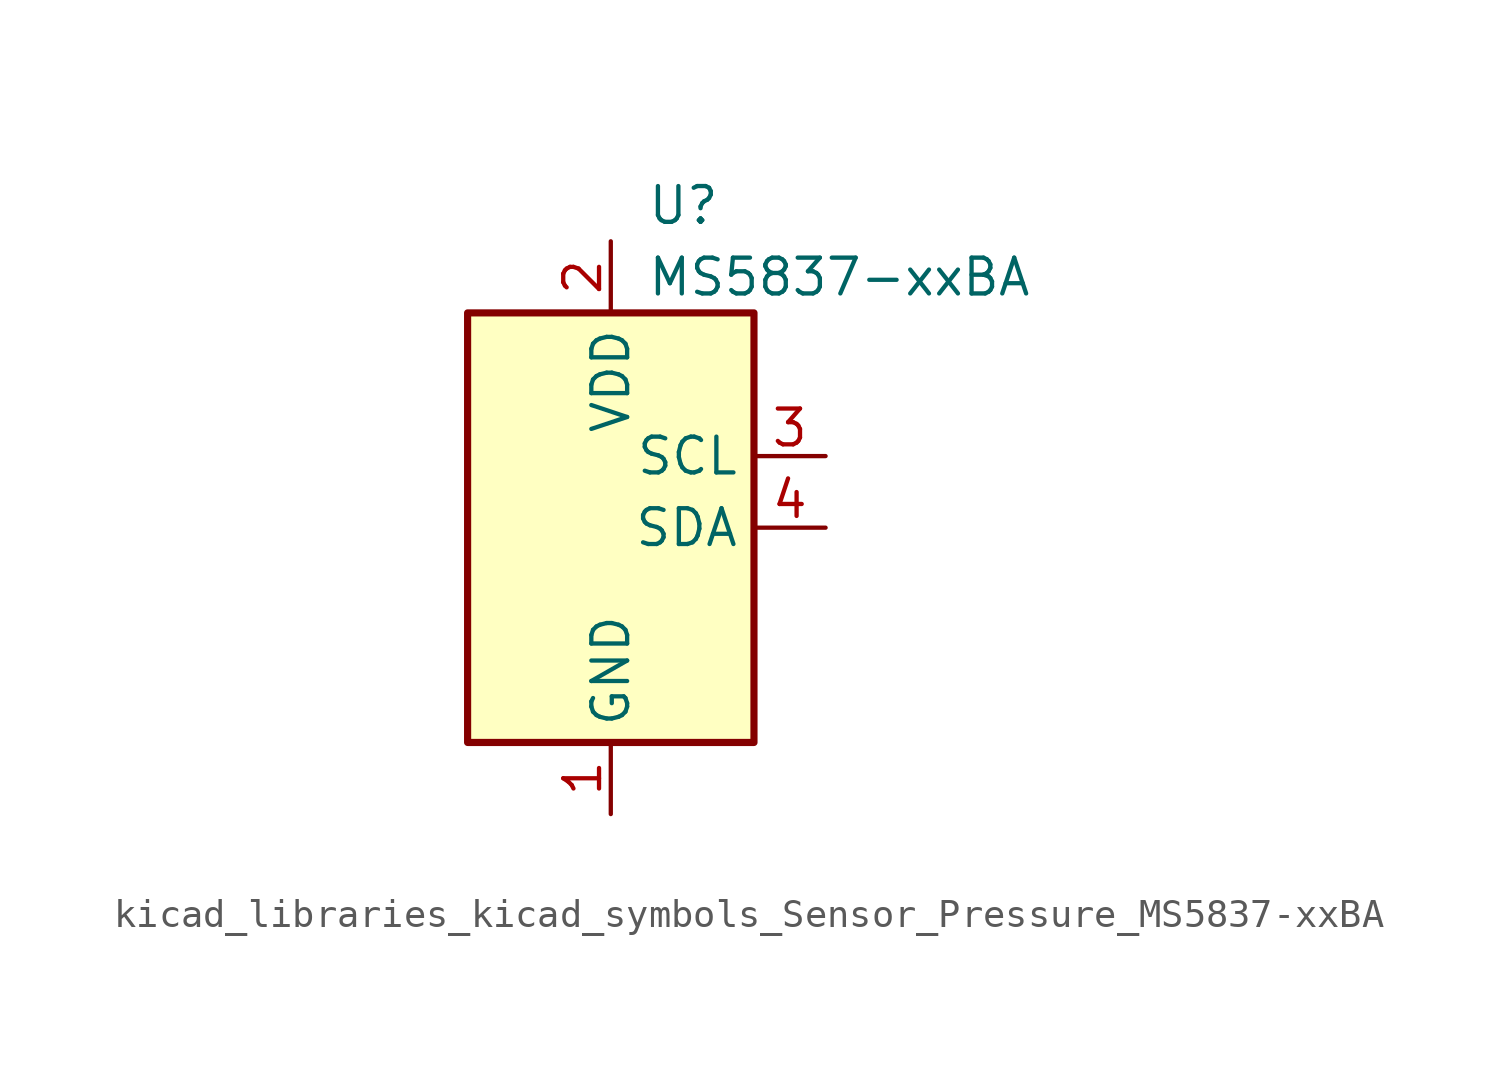
<source format=kicad_sym>
(kicad_symbol_lib
  (version 20220914)
  (generator kicad_symbol_editor)
  (symbol "kicad_libraries_kicad_symbols_Sensor_Pressure_MS5837-xxBA"
    (property "Reference" "U"
      (at 1.27 11.43 0)
      (effects (font (size 1.27 1.27)) (justify left)))
    (property "Value" "MS5837-xxBA"
      (at 1.27 8.89 0)
      (effects (font (size 1.27 1.27)) (justify left)))
    (symbol "kicad_libraries_kicad_symbols_Sensor_Pressure_MS5837-xxBA_0_1"
      (rectangle (start -5.08 7.62) (end 5.08 -7.62) (stroke (width 0.254) (type default)) (fill (type background))))
    (symbol "kicad_libraries_kicad_symbols_Sensor_Pressure_MS5837-xxBA_1_1"
      (pin power_in line (at 0 -10.16 90) (length 2.54) (name "GND" (effects (font (size 1.27 1.27)))) (number "1" (effects (font (size 1.27 1.27)))))
      (pin power_in line (at 0 10.16 270) (length 2.54) (name "VDD" (effects (font (size 1.27 1.27)))) (number "2" (effects (font (size 1.27 1.27)))))
      (pin passive line (at 7.62 2.54 180) (length 2.54) (name "SCL" (effects (font (size 1.27 1.27)))) (number "3" (effects (font (size 1.27 1.27)))))
      (pin bidirectional line (at 7.62 0 180) (length 2.54) (name "SDA" (effects (font (size 1.27 1.27)))) (number "4" (effects (font (size 1.27 1.27))))))))
</source>
